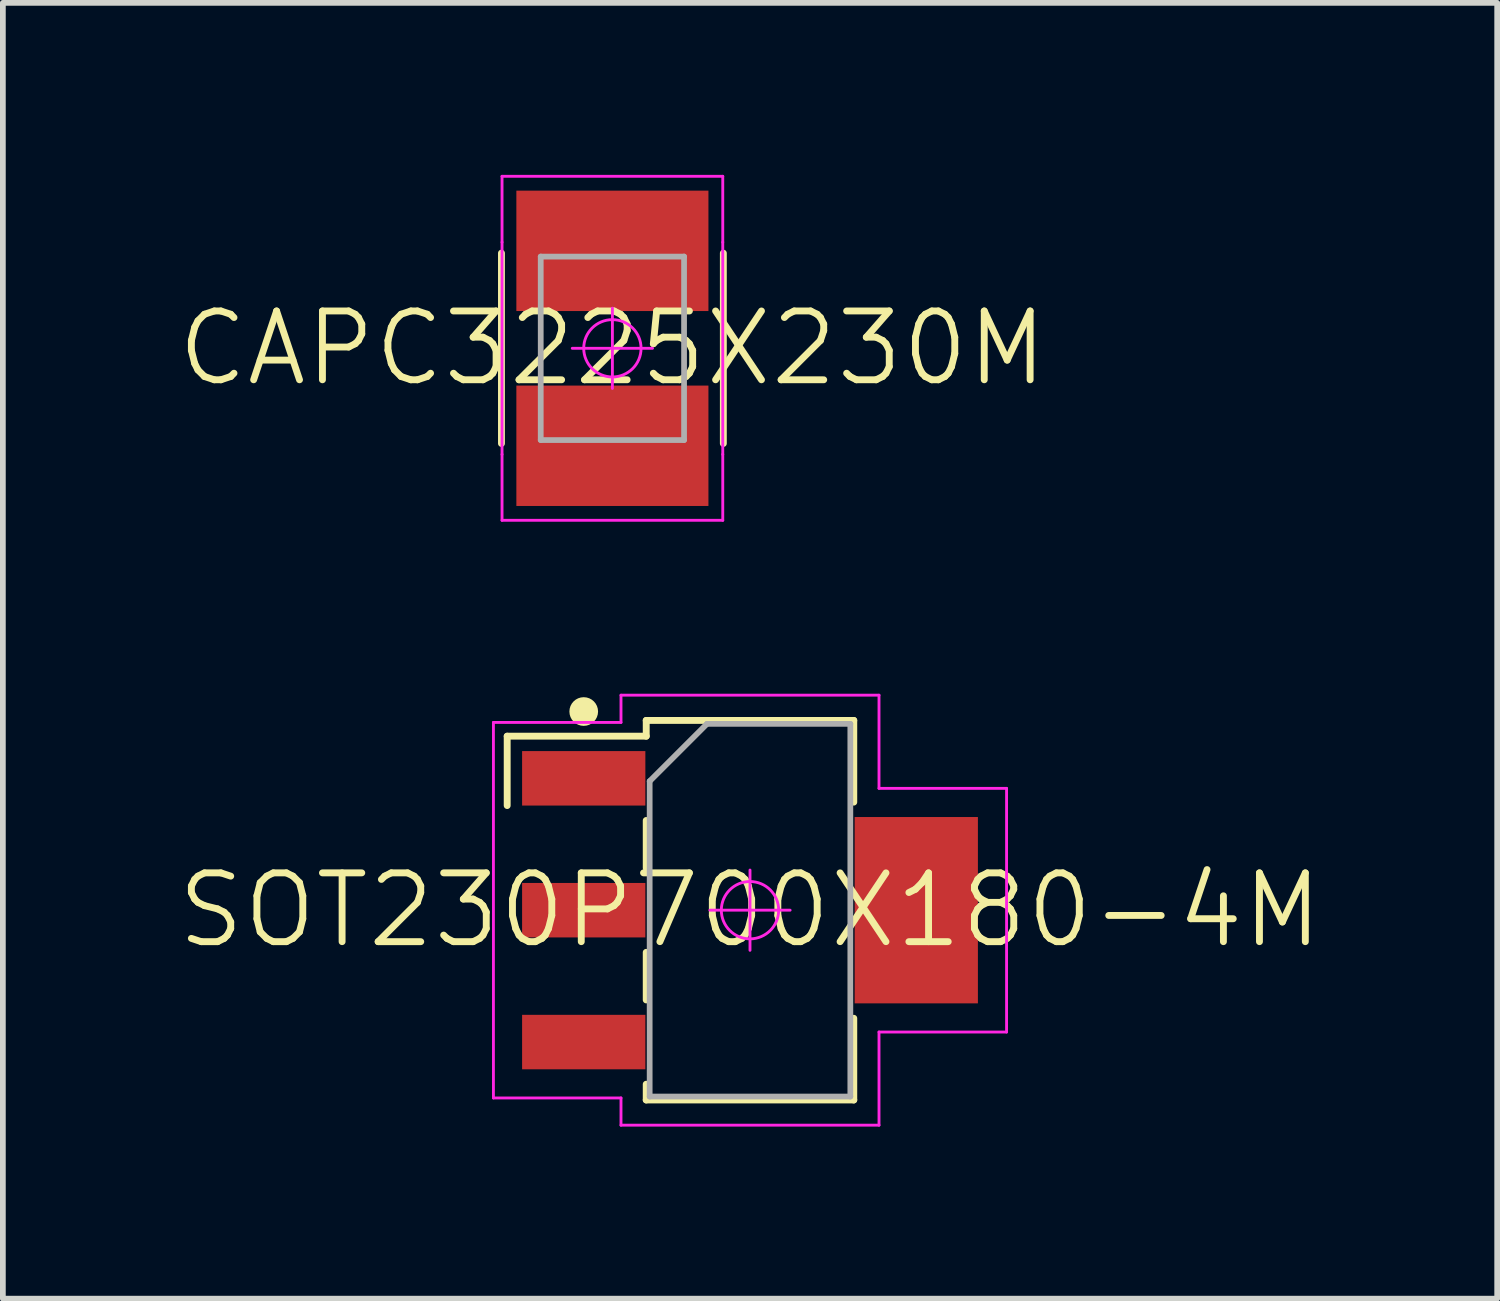
<source format=kicad_pcb>
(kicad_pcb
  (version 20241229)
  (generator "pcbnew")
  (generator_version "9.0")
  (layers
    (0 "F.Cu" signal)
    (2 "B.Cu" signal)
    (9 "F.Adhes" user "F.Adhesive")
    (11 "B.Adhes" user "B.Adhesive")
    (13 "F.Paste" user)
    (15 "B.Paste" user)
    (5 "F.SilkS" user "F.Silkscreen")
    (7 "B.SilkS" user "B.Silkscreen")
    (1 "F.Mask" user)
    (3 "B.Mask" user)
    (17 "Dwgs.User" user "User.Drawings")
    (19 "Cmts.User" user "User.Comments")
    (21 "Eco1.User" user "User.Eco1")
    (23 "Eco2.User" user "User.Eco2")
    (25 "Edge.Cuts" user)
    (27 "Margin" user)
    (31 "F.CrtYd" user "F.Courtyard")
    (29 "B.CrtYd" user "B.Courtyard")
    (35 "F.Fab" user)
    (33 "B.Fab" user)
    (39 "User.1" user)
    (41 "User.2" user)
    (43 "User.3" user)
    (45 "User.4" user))
  (footprint "CAPC3225X230M"
    (layer "F.Cu")
    (at 7.631 3.025)
    (property "Reference" "CAPC3225X230M" (at 0 0 0) (layer "F.SilkS") (effects (font (size 1.2 1.2) (thickness 0.12))))
    (attr smd)
    (fp_line (start -1.935 -1.66) (end -1.935 1.66) (stroke (width 0.12) (type solid)) (layer "F.SilkS"))
    (fp_line (start 1.935 -1.66) (end 1.935 1.66) (stroke (width 0.12) (type solid)) (layer "F.SilkS"))
    (fp_line (start -1.925 -3) (end -1.925 -1.85) (stroke (width 0.05) (type solid)) (layer "F.CrtYd"))
    (fp_line (start -1.925 -1.85) (end -1.925 1.85) (stroke (width 0.05) (type solid)) (layer "F.CrtYd"))
    (fp_line (start -1.925 1.85) (end -1.925 3) (stroke (width 0.05) (type solid)) (layer "F.CrtYd"))
    (fp_line (start -1.925 3) (end 1.925 3) (stroke (width 0.05) (type solid)) (layer "F.CrtYd"))
    (fp_line (start -0.7 0) (end 0.7 0) (stroke (width 0.05) (type solid)) (layer "F.CrtYd"))
    (fp_line (start 0 -0.7) (end 0 0.7) (stroke (width 0.05) (type solid)) (layer "F.CrtYd"))
    (fp_line (start 1.925 -3) (end -1.925 -3) (stroke (width 0.05) (type solid)) (layer "F.CrtYd"))
    (fp_line (start 1.925 -1.85) (end 1.925 -3) (stroke (width 0.05) (type solid)) (layer "F.CrtYd"))
    (fp_line (start 1.925 1.85) (end 1.925 -1.85) (stroke (width 0.05) (type solid)) (layer "F.CrtYd"))
    (fp_line (start 1.925 3) (end 1.925 1.85) (stroke (width 0.05) (type solid)) (layer "F.CrtYd"))
    (fp_circle (center 0 0) (end 0 0.5) (stroke (width 0.05) (type solid)) (fill no) (layer "F.CrtYd"))
    (fp_line (start -1.25 -1.6) (end 1.25 -1.6) (stroke (width 0.1) (type solid)) (layer "F.Fab"))
    (fp_line (start -1.25 1.6) (end -1.25 -1.6) (stroke (width 0.1) (type solid)) (layer "F.Fab"))
    (fp_line (start 1.25 -1.6) (end 1.25 1.6) (stroke (width 0.1) (type solid)) (layer "F.Fab"))
    (fp_line (start 1.25 1.6) (end -1.25 1.6) (stroke (width 0.1) (type solid)) (layer "F.Fab"))
    (pad "1" smd rect (at 0 -1.7) (size 3.35 2.1) (layers "F.Cu" "F.Mask" "F.Paste"))
    (pad "2" smd rect (at 0 1.7) (size 3.35 2.1) (layers "F.Cu" "F.Mask" "F.Paste")))
  (footprint "SOT230P700X180-4M"
    (layer "F.Cu")
    (at 10.031 12.825)
    (property "Reference" "SOT230P700X180-4M" (at 0 0 0) (layer "F.SilkS") (effects (font (size 1.2 1.2) (thickness 0.12))))
    (attr smd)
    (fp_line (start -4.235 -3.035) (end -4.235 -1.825) (stroke (width 0.12) (type solid)) (layer "F.SilkS"))
    (fp_line (start -1.81 -3.31) (end -1.81 -3.035) (stroke (width 0.12) (type solid)) (layer "F.SilkS"))
    (fp_line (start -1.81 -3.31) (end 1.81 -3.31) (stroke (width 0.12) (type solid)) (layer "F.SilkS"))
    (fp_line (start -1.81 -3.035) (end -4.235 -3.035) (stroke (width 0.12) (type solid)) (layer "F.SilkS"))
    (fp_line (start -1.81 -1.565) (end -1.81 -0.735) (stroke (width 0.12) (type solid)) (layer "F.SilkS"))
    (fp_line (start -1.81 0.735) (end -1.81 1.565) (stroke (width 0.12) (type solid)) (layer "F.SilkS"))
    (fp_line (start -1.81 3.035) (end -1.81 3.31) (stroke (width 0.12) (type solid)) (layer "F.SilkS"))
    (fp_line (start 1.81 -3.31) (end 1.81 -1.885) (stroke (width 0.12) (type solid)) (layer "F.SilkS"))
    (fp_line (start 1.81 1.885) (end 1.81 3.31) (stroke (width 0.12) (type solid)) (layer "F.SilkS"))
    (fp_line (start 1.81 3.31) (end -1.81 3.31) (stroke (width 0.12) (type solid)) (layer "F.SilkS"))
    (fp_circle (center -2.9 -3.465) (end -2.9 -3.34) (stroke (width 0.25) (type solid)) (fill no) (layer "F.SilkS"))
    (fp_line (start -4.475 -3.275) (end -2.25 -3.275) (stroke (width 0.05) (type solid)) (layer "F.CrtYd"))
    (fp_line (start -4.475 3.275) (end -4.475 -3.275) (stroke (width 0.05) (type solid)) (layer "F.CrtYd"))
    (fp_line (start -2.25 -3.75) (end 2.25 -3.75) (stroke (width 0.05) (type solid)) (layer "F.CrtYd"))
    (fp_line (start -2.25 -3.275) (end -2.25 -3.75) (stroke (width 0.05) (type solid)) (layer "F.CrtYd"))
    (fp_line (start -2.25 3.275) (end -4.475 3.275) (stroke (width 0.05) (type solid)) (layer "F.CrtYd"))
    (fp_line (start -2.25 3.75) (end -2.25 3.275) (stroke (width 0.05) (type solid)) (layer "F.CrtYd"))
    (fp_line (start -0.7 0) (end 0.7 0) (stroke (width 0.05) (type solid)) (layer "F.CrtYd"))
    (fp_line (start 0 -0.7) (end 0 0.7) (stroke (width 0.05) (type solid)) (layer "F.CrtYd"))
    (fp_line (start 2.25 -3.75) (end 2.25 -2.125) (stroke (width 0.05) (type solid)) (layer "F.CrtYd"))
    (fp_line (start 2.25 -2.125) (end 4.475 -2.125) (stroke (width 0.05) (type solid)) (layer "F.CrtYd"))
    (fp_line (start 2.25 2.125) (end 2.25 3.75) (stroke (width 0.05) (type solid)) (layer "F.CrtYd"))
    (fp_line (start 2.25 3.75) (end -2.25 3.75) (stroke (width 0.05) (type solid)) (layer "F.CrtYd"))
    (fp_line (start 4.475 -2.125) (end 4.475 2.125) (stroke (width 0.05) (type solid)) (layer "F.CrtYd"))
    (fp_line (start 4.475 2.125) (end 2.25 2.125) (stroke (width 0.05) (type solid)) (layer "F.CrtYd"))
    (fp_circle (center 0 0) (end 0 0.5) (stroke (width 0.05) (type solid)) (fill no) (layer "F.CrtYd"))
    (fp_line (start -1.75 -2.25) (end -0.75 -3.25) (stroke (width 0.1) (type solid)) (layer "F.Fab"))
    (fp_line (start -1.75 3.25) (end -1.75 -2.25) (stroke (width 0.1) (type solid)) (layer "F.Fab"))
    (fp_line (start -0.75 -3.25) (end 1.75 -3.25) (stroke (width 0.1) (type solid)) (layer "F.Fab"))
    (fp_line (start 1.75 -3.25) (end 1.75 3.25) (stroke (width 0.1) (type solid)) (layer "F.Fab"))
    (fp_line (start 1.75 3.25) (end -1.75 3.25) (stroke (width 0.1) (type solid)) (layer "F.Fab"))
    (pad "1" smd rect (at -2.9 -2.3) (size 2.15 0.95) (layers "F.Cu" "F.Mask" "F.Paste"))
    (pad "2" smd rect (at -2.9 0) (size 2.15 0.95) (layers "F.Cu" "F.Mask" "F.Paste"))
    (pad "3" smd rect (at -2.9 2.3) (size 2.15 0.95) (layers "F.Cu" "F.Mask" "F.Paste"))
    (pad "4" smd rect (at 2.9 0) (size 2.15 3.25) (layers "F.Cu" "F.Mask" "F.Paste")))
  (gr_rect
    (start -3 -3)
    (end 23.063 19.6)
    (stroke (width 0.1) (type default))
    (fill no)
    (layer "Edge.Cuts")))
</source>
